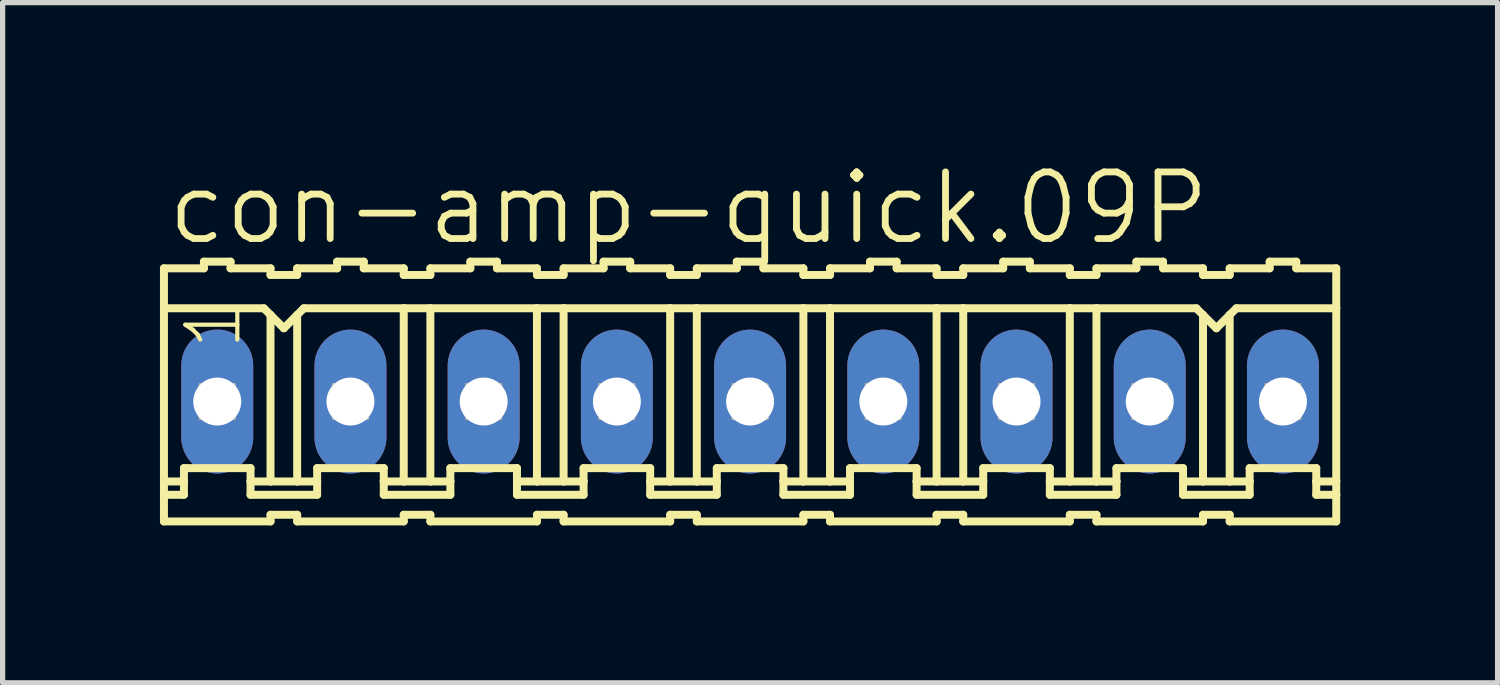
<source format=kicad_pcb>
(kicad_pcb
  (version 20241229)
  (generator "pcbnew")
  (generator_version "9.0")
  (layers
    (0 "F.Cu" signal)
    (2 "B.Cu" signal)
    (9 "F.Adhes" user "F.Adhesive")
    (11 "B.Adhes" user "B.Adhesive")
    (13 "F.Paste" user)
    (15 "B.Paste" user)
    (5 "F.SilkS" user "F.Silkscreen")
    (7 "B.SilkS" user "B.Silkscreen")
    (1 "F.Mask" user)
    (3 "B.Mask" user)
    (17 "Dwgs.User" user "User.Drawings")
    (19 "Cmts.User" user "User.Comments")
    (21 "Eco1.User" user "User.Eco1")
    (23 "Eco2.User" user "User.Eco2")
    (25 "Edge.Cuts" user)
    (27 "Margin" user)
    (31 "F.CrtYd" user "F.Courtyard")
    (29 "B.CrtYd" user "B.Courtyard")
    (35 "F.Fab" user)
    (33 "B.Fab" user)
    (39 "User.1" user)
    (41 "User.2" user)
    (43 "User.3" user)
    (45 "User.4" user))
  (footprint "con-amp-quick.09P"
    (layer "F.Cu")
    (at 11.252 4.606)
    (property "Reference" "con-amp-quick.09P" (at -11.176 -2.946 0) (layer "F.SilkS") (effects (font (size 1.27 1.27) (thickness 0.13)) (justify left bottom)))
    (attr through_hole)
    (fp_line (start -11.176 -2.54) (end -11.176 -1.778) (stroke (width 0.152) (type default)) (layer "F.SilkS"))
    (fp_line (start -11.176 -2.54) (end -10.414 -2.54) (stroke (width 0.152) (type default)) (layer "F.SilkS"))
    (fp_line (start -11.176 -1.778) (end -11.176 1.524) (stroke (width 0.152) (type default)) (layer "F.SilkS"))
    (fp_line (start -11.176 1.524) (end -11.176 1.778) (stroke (width 0.152) (type default)) (layer "F.SilkS"))
    (fp_line (start -11.176 1.778) (end -11.176 2.286) (stroke (width 0.152) (type default)) (layer "F.SilkS"))
    (fp_line (start -11.176 1.778) (end -10.795 1.778) (stroke (width 0.152) (type default)) (layer "F.SilkS"))
    (fp_line (start -10.795 1.27) (end -9.525 1.27) (stroke (width 0.152) (type default)) (layer "F.SilkS"))
    (fp_line (start -10.795 1.524) (end -11.176 1.524) (stroke (width 0.152) (type default)) (layer "F.SilkS"))
    (fp_line (start -10.795 1.524) (end -10.795 1.27) (stroke (width 0.152) (type default)) (layer "F.SilkS"))
    (fp_line (start -10.795 1.778) (end -10.795 1.524) (stroke (width 0.152) (type default)) (layer "F.SilkS"))
    (fp_line (start -10.414 -2.54) (end -10.414 -2.667) (stroke (width 0.152) (type default)) (layer "F.SilkS"))
    (fp_line (start -9.906 -2.667) (end -10.414 -2.667) (stroke (width 0.152) (type default)) (layer "F.SilkS"))
    (fp_line (start -9.906 -2.54) (end -9.906 -2.667) (stroke (width 0.152) (type default)) (layer "F.SilkS"))
    (fp_line (start -9.525 1.524) (end -9.525 1.27) (stroke (width 0.152) (type default)) (layer "F.SilkS"))
    (fp_line (start -9.525 1.524) (end -9.144 1.524) (stroke (width 0.152) (type default)) (layer "F.SilkS"))
    (fp_line (start -9.525 1.778) (end -9.525 1.524) (stroke (width 0.152) (type default)) (layer "F.SilkS"))
    (fp_line (start -9.271 -1.778) (end -11.176 -1.778) (stroke (width 0.152) (type default)) (layer "F.SilkS"))
    (fp_line (start -9.271 -1.778) (end -9.144 -1.651) (stroke (width 0.152) (type default)) (layer "F.SilkS"))
    (fp_line (start -9.144 -2.54) (end -9.906 -2.54) (stroke (width 0.152) (type default)) (layer "F.SilkS"))
    (fp_line (start -9.144 -2.413) (end -9.144 -2.54) (stroke (width 0.152) (type default)) (layer "F.SilkS"))
    (fp_line (start -9.144 -2.413) (end -8.636 -2.413) (stroke (width 0.152) (type default)) (layer "F.SilkS"))
    (fp_line (start -9.144 -1.651) (end -9.144 1.524) (stroke (width 0.152) (type default)) (layer "F.SilkS"))
    (fp_line (start -9.144 -1.651) (end -8.89 -1.397) (stroke (width 0.152) (type default)) (layer "F.SilkS"))
    (fp_line (start -9.144 1.524) (end -8.636 1.524) (stroke (width 0.152) (type default)) (layer "F.SilkS"))
    (fp_line (start -9.144 2.159) (end -9.144 2.286) (stroke (width 0.152) (type default)) (layer "F.SilkS"))
    (fp_line (start -9.144 2.286) (end -11.176 2.286) (stroke (width 0.152) (type default)) (layer "F.SilkS"))
    (fp_line (start -8.89 -1.397) (end -8.636 -1.651) (stroke (width 0.152) (type default)) (layer "F.SilkS"))
    (fp_line (start -8.636 -2.54) (end -7.874 -2.54) (stroke (width 0.152) (type default)) (layer "F.SilkS"))
    (fp_line (start -8.636 -2.413) (end -8.636 -2.54) (stroke (width 0.152) (type default)) (layer "F.SilkS"))
    (fp_line (start -8.636 -1.651) (end -8.636 1.524) (stroke (width 0.152) (type default)) (layer "F.SilkS"))
    (fp_line (start -8.636 -1.651) (end -8.509 -1.778) (stroke (width 0.152) (type default)) (layer "F.SilkS"))
    (fp_line (start -8.636 1.524) (end -8.255 1.524) (stroke (width 0.152) (type default)) (layer "F.SilkS"))
    (fp_line (start -8.636 2.159) (end -9.144 2.159) (stroke (width 0.152) (type default)) (layer "F.SilkS"))
    (fp_line (start -8.636 2.159) (end -8.636 2.286) (stroke (width 0.152) (type default)) (layer "F.SilkS"))
    (fp_line (start -8.636 2.286) (end -6.604 2.286) (stroke (width 0.152) (type default)) (layer "F.SilkS"))
    (fp_line (start -8.509 -1.778) (end -6.604 -1.778) (stroke (width 0.152) (type default)) (layer "F.SilkS"))
    (fp_line (start -8.255 1.27) (end -6.985 1.27) (stroke (width 0.152) (type default)) (layer "F.SilkS"))
    (fp_line (start -8.255 1.524) (end -8.255 1.27) (stroke (width 0.152) (type default)) (layer "F.SilkS"))
    (fp_line (start -8.255 1.778) (end -9.525 1.778) (stroke (width 0.152) (type default)) (layer "F.SilkS"))
    (fp_line (start -8.255 1.778) (end -8.255 1.524) (stroke (width 0.152) (type default)) (layer "F.SilkS"))
    (fp_line (start -7.874 -2.54) (end -7.874 -2.667) (stroke (width 0.152) (type default)) (layer "F.SilkS"))
    (fp_line (start -7.366 -2.667) (end -7.874 -2.667) (stroke (width 0.152) (type default)) (layer "F.SilkS"))
    (fp_line (start -7.366 -2.54) (end -7.366 -2.667) (stroke (width 0.152) (type default)) (layer "F.SilkS"))
    (fp_line (start -7.366 -2.54) (end -6.604 -2.54) (stroke (width 0.152) (type default)) (layer "F.SilkS"))
    (fp_line (start -6.985 1.524) (end -6.985 1.27) (stroke (width 0.152) (type default)) (layer "F.SilkS"))
    (fp_line (start -6.985 1.524) (end -6.604 1.524) (stroke (width 0.152) (type default)) (layer "F.SilkS"))
    (fp_line (start -6.985 1.778) (end -6.985 1.524) (stroke (width 0.152) (type default)) (layer "F.SilkS"))
    (fp_line (start -6.985 1.778) (end -5.715 1.778) (stroke (width 0.152) (type default)) (layer "F.SilkS"))
    (fp_line (start -6.604 -2.413) (end -6.604 -2.54) (stroke (width 0.152) (type default)) (layer "F.SilkS"))
    (fp_line (start -6.604 -1.778) (end -6.604 1.524) (stroke (width 0.152) (type default)) (layer "F.SilkS"))
    (fp_line (start -6.604 -1.778) (end -6.096 -1.778) (stroke (width 0.152) (type default)) (layer "F.SilkS"))
    (fp_line (start -6.604 1.524) (end -6.096 1.524) (stroke (width 0.152) (type default)) (layer "F.SilkS"))
    (fp_line (start -6.604 2.159) (end -6.604 2.286) (stroke (width 0.152) (type default)) (layer "F.SilkS"))
    (fp_line (start -6.096 -2.54) (end -5.334 -2.54) (stroke (width 0.152) (type default)) (layer "F.SilkS"))
    (fp_line (start -6.096 -2.413) (end -6.604 -2.413) (stroke (width 0.152) (type default)) (layer "F.SilkS"))
    (fp_line (start -6.096 -2.413) (end -6.096 -2.54) (stroke (width 0.152) (type default)) (layer "F.SilkS"))
    (fp_line (start -6.096 -1.778) (end -6.096 1.524) (stroke (width 0.152) (type default)) (layer "F.SilkS"))
    (fp_line (start -6.096 -1.778) (end -4.064 -1.778) (stroke (width 0.152) (type default)) (layer "F.SilkS"))
    (fp_line (start -6.096 1.524) (end -5.715 1.524) (stroke (width 0.152) (type default)) (layer "F.SilkS"))
    (fp_line (start -6.096 2.159) (end -6.604 2.159) (stroke (width 0.152) (type default)) (layer "F.SilkS"))
    (fp_line (start -6.096 2.159) (end -6.096 2.286) (stroke (width 0.152) (type default)) (layer "F.SilkS"))
    (fp_line (start -5.715 1.27) (end -4.445 1.27) (stroke (width 0.152) (type default)) (layer "F.SilkS"))
    (fp_line (start -5.715 1.524) (end -5.715 1.27) (stroke (width 0.152) (type default)) (layer "F.SilkS"))
    (fp_line (start -5.715 1.778) (end -5.715 1.524) (stroke (width 0.152) (type default)) (layer "F.SilkS"))
    (fp_line (start -5.334 -2.54) (end -5.334 -2.667) (stroke (width 0.152) (type default)) (layer "F.SilkS"))
    (fp_line (start -4.826 -2.667) (end -5.334 -2.667) (stroke (width 0.152) (type default)) (layer "F.SilkS"))
    (fp_line (start -4.826 -2.54) (end -4.826 -2.667) (stroke (width 0.152) (type default)) (layer "F.SilkS"))
    (fp_line (start -4.826 -2.54) (end -4.064 -2.54) (stroke (width 0.152) (type default)) (layer "F.SilkS"))
    (fp_line (start -4.445 1.524) (end -4.445 1.27) (stroke (width 0.152) (type default)) (layer "F.SilkS"))
    (fp_line (start -4.445 1.524) (end -4.064 1.524) (stroke (width 0.152) (type default)) (layer "F.SilkS"))
    (fp_line (start -4.445 1.778) (end -4.445 1.524) (stroke (width 0.152) (type default)) (layer "F.SilkS"))
    (fp_line (start -4.064 -2.54) (end -4.064 -2.413) (stroke (width 0.152) (type default)) (layer "F.SilkS"))
    (fp_line (start -4.064 -1.778) (end -4.064 1.524) (stroke (width 0.152) (type default)) (layer "F.SilkS"))
    (fp_line (start -4.064 2.159) (end -4.064 2.286) (stroke (width 0.152) (type default)) (layer "F.SilkS"))
    (fp_line (start -4.064 2.286) (end -6.096 2.286) (stroke (width 0.152) (type default)) (layer "F.SilkS"))
    (fp_line (start -3.556 -2.54) (end -3.556 -2.413) (stroke (width 0.152) (type default)) (layer "F.SilkS"))
    (fp_line (start -3.556 -2.54) (end -2.794 -2.54) (stroke (width 0.152) (type default)) (layer "F.SilkS"))
    (fp_line (start -3.556 -2.413) (end -4.064 -2.413) (stroke (width 0.152) (type default)) (layer "F.SilkS"))
    (fp_line (start -3.556 -1.778) (end -4.064 -1.778) (stroke (width 0.152) (type default)) (layer "F.SilkS"))
    (fp_line (start -3.556 -1.778) (end -3.556 1.524) (stroke (width 0.152) (type default)) (layer "F.SilkS"))
    (fp_line (start -3.556 -1.778) (end -1.524 -1.778) (stroke (width 0.152) (type default)) (layer "F.SilkS"))
    (fp_line (start -3.556 1.524) (end -4.064 1.524) (stroke (width 0.152) (type default)) (layer "F.SilkS"))
    (fp_line (start -3.556 2.159) (end -4.064 2.159) (stroke (width 0.152) (type default)) (layer "F.SilkS"))
    (fp_line (start -3.556 2.159) (end -3.556 2.286) (stroke (width 0.152) (type default)) (layer "F.SilkS"))
    (fp_line (start -3.175 1.27) (end -1.905 1.27) (stroke (width 0.152) (type default)) (layer "F.SilkS"))
    (fp_line (start -3.175 1.524) (end -3.556 1.524) (stroke (width 0.152) (type default)) (layer "F.SilkS"))
    (fp_line (start -3.175 1.524) (end -3.175 1.27) (stroke (width 0.152) (type default)) (layer "F.SilkS"))
    (fp_line (start -3.175 1.778) (end -4.445 1.778) (stroke (width 0.152) (type default)) (layer "F.SilkS"))
    (fp_line (start -3.175 1.778) (end -3.175 1.524) (stroke (width 0.152) (type default)) (layer "F.SilkS"))
    (fp_line (start -2.794 -2.54) (end -2.794 -2.667) (stroke (width 0.152) (type default)) (layer "F.SilkS"))
    (fp_line (start -2.286 -2.667) (end -2.794 -2.667) (stroke (width 0.152) (type default)) (layer "F.SilkS"))
    (fp_line (start -2.286 -2.54) (end -2.286 -2.667) (stroke (width 0.152) (type default)) (layer "F.SilkS"))
    (fp_line (start -1.905 1.524) (end -1.905 1.27) (stroke (width 0.152) (type default)) (layer "F.SilkS"))
    (fp_line (start -1.905 1.524) (end -1.524 1.524) (stroke (width 0.152) (type default)) (layer "F.SilkS"))
    (fp_line (start -1.905 1.778) (end -1.905 1.524) (stroke (width 0.152) (type default)) (layer "F.SilkS"))
    (fp_line (start -1.524 -2.54) (end -2.286 -2.54) (stroke (width 0.152) (type default)) (layer "F.SilkS"))
    (fp_line (start -1.524 -2.413) (end -1.524 -2.54) (stroke (width 0.152) (type default)) (layer "F.SilkS"))
    (fp_line (start -1.524 -2.413) (end -1.016 -2.413) (stroke (width 0.152) (type default)) (layer "F.SilkS"))
    (fp_line (start -1.524 -1.778) (end -1.524 1.524) (stroke (width 0.152) (type default)) (layer "F.SilkS"))
    (fp_line (start -1.524 -1.778) (end -1.016 -1.778) (stroke (width 0.152) (type default)) (layer "F.SilkS"))
    (fp_line (start -1.524 1.524) (end -1.016 1.524) (stroke (width 0.152) (type default)) (layer "F.SilkS"))
    (fp_line (start -1.524 2.159) (end -1.524 2.286) (stroke (width 0.152) (type default)) (layer "F.SilkS"))
    (fp_line (start -1.524 2.286) (end -3.556 2.286) (stroke (width 0.152) (type default)) (layer "F.SilkS"))
    (fp_line (start -1.016 -2.54) (end -0.254 -2.54) (stroke (width 0.152) (type default)) (layer "F.SilkS"))
    (fp_line (start -1.016 -2.413) (end -1.016 -2.54) (stroke (width 0.152) (type default)) (layer "F.SilkS"))
    (fp_line (start -1.016 -1.778) (end -1.016 1.524) (stroke (width 0.152) (type default)) (layer "F.SilkS"))
    (fp_line (start -1.016 -1.778) (end 1.016 -1.778) (stroke (width 0.152) (type default)) (layer "F.SilkS"))
    (fp_line (start -1.016 1.524) (end -0.635 1.524) (stroke (width 0.152) (type default)) (layer "F.SilkS"))
    (fp_line (start -1.016 2.159) (end -1.524 2.159) (stroke (width 0.152) (type default)) (layer "F.SilkS"))
    (fp_line (start -1.016 2.159) (end -1.016 2.286) (stroke (width 0.152) (type default)) (layer "F.SilkS"))
    (fp_line (start -0.635 1.27) (end 0.635 1.27) (stroke (width 0.152) (type default)) (layer "F.SilkS"))
    (fp_line (start -0.635 1.524) (end -0.635 1.27) (stroke (width 0.152) (type default)) (layer "F.SilkS"))
    (fp_line (start -0.635 1.778) (end -1.905 1.778) (stroke (width 0.152) (type default)) (layer "F.SilkS"))
    (fp_line (start -0.635 1.778) (end -0.635 1.524) (stroke (width 0.152) (type default)) (layer "F.SilkS"))
    (fp_line (start -0.254 -2.54) (end -0.254 -2.667) (stroke (width 0.152) (type default)) (layer "F.SilkS"))
    (fp_line (start 0.254 -2.667) (end -0.254 -2.667) (stroke (width 0.152) (type default)) (layer "F.SilkS"))
    (fp_line (start 0.254 -2.54) (end 0.254 -2.667) (stroke (width 0.152) (type default)) (layer "F.SilkS"))
    (fp_line (start 0.635 1.524) (end 0.635 1.27) (stroke (width 0.152) (type default)) (layer "F.SilkS"))
    (fp_line (start 0.635 1.524) (end 1.016 1.524) (stroke (width 0.152) (type default)) (layer "F.SilkS"))
    (fp_line (start 0.635 1.778) (end 0.635 1.524) (stroke (width 0.152) (type default)) (layer "F.SilkS"))
    (fp_line (start 1.016 -2.54) (end 0.254 -2.54) (stroke (width 0.152) (type default)) (layer "F.SilkS"))
    (fp_line (start 1.016 -2.413) (end 1.016 -2.54) (stroke (width 0.152) (type default)) (layer "F.SilkS"))
    (fp_line (start 1.016 -2.413) (end 1.524 -2.413) (stroke (width 0.152) (type default)) (layer "F.SilkS"))
    (fp_line (start 1.016 -1.778) (end 1.016 1.524) (stroke (width 0.152) (type default)) (layer "F.SilkS"))
    (fp_line (start 1.016 -1.778) (end 1.524 -1.778) (stroke (width 0.152) (type default)) (layer "F.SilkS"))
    (fp_line (start 1.016 1.524) (end 1.524 1.524) (stroke (width 0.152) (type default)) (layer "F.SilkS"))
    (fp_line (start 1.016 2.159) (end 1.016 2.286) (stroke (width 0.152) (type default)) (layer "F.SilkS"))
    (fp_line (start 1.016 2.286) (end -1.016 2.286) (stroke (width 0.152) (type default)) (layer "F.SilkS"))
    (fp_line (start 1.524 -2.54) (end 2.286 -2.54) (stroke (width 0.152) (type default)) (layer "F.SilkS"))
    (fp_line (start 1.524 -2.413) (end 1.524 -2.54) (stroke (width 0.152) (type default)) (layer "F.SilkS"))
    (fp_line (start 1.524 -1.778) (end 1.524 1.524) (stroke (width 0.152) (type default)) (layer "F.SilkS"))
    (fp_line (start 1.524 -1.778) (end 3.556 -1.778) (stroke (width 0.152) (type default)) (layer "F.SilkS"))
    (fp_line (start 1.524 1.524) (end 1.905 1.524) (stroke (width 0.152) (type default)) (layer "F.SilkS"))
    (fp_line (start 1.524 2.159) (end 1.016 2.159) (stroke (width 0.152) (type default)) (layer "F.SilkS"))
    (fp_line (start 1.524 2.159) (end 1.524 2.286) (stroke (width 0.152) (type default)) (layer "F.SilkS"))
    (fp_line (start 1.905 1.27) (end 3.175 1.27) (stroke (width 0.152) (type default)) (layer "F.SilkS"))
    (fp_line (start 1.905 1.524) (end 1.905 1.27) (stroke (width 0.152) (type default)) (layer "F.SilkS"))
    (fp_line (start 1.905 1.778) (end 0.635 1.778) (stroke (width 0.152) (type default)) (layer "F.SilkS"))
    (fp_line (start 1.905 1.778) (end 1.905 1.524) (stroke (width 0.152) (type default)) (layer "F.SilkS"))
    (fp_line (start 2.286 -2.54) (end 2.286 -2.667) (stroke (width 0.152) (type default)) (layer "F.SilkS"))
    (fp_line (start 2.794 -2.667) (end 2.286 -2.667) (stroke (width 0.152) (type default)) (layer "F.SilkS"))
    (fp_line (start 2.794 -2.54) (end 2.794 -2.667) (stroke (width 0.152) (type default)) (layer "F.SilkS"))
    (fp_line (start 3.175 1.524) (end 3.175 1.27) (stroke (width 0.152) (type default)) (layer "F.SilkS"))
    (fp_line (start 3.175 1.524) (end 3.556 1.524) (stroke (width 0.152) (type default)) (layer "F.SilkS"))
    (fp_line (start 3.175 1.778) (end 3.175 1.524) (stroke (width 0.152) (type default)) (layer "F.SilkS"))
    (fp_line (start 3.556 -2.54) (end 2.794 -2.54) (stroke (width 0.152) (type default)) (layer "F.SilkS"))
    (fp_line (start 3.556 -2.413) (end 3.556 -2.54) (stroke (width 0.152) (type default)) (layer "F.SilkS"))
    (fp_line (start 3.556 -2.413) (end 4.064 -2.413) (stroke (width 0.152) (type default)) (layer "F.SilkS"))
    (fp_line (start 3.556 -1.778) (end 3.556 1.524) (stroke (width 0.152) (type default)) (layer "F.SilkS"))
    (fp_line (start 3.556 -1.778) (end 4.064 -1.778) (stroke (width 0.152) (type default)) (layer "F.SilkS"))
    (fp_line (start 3.556 1.524) (end 4.064 1.524) (stroke (width 0.152) (type default)) (layer "F.SilkS"))
    (fp_line (start 3.556 2.159) (end 3.556 2.286) (stroke (width 0.152) (type default)) (layer "F.SilkS"))
    (fp_line (start 3.556 2.286) (end 1.524 2.286) (stroke (width 0.152) (type default)) (layer "F.SilkS"))
    (fp_line (start 4.064 -2.54) (end 4.826 -2.54) (stroke (width 0.152) (type default)) (layer "F.SilkS"))
    (fp_line (start 4.064 -2.413) (end 4.064 -2.54) (stroke (width 0.152) (type default)) (layer "F.SilkS"))
    (fp_line (start 4.064 -1.778) (end 4.064 1.524) (stroke (width 0.152) (type default)) (layer "F.SilkS"))
    (fp_line (start 4.064 -1.778) (end 6.096 -1.778) (stroke (width 0.152) (type default)) (layer "F.SilkS"))
    (fp_line (start 4.064 1.524) (end 4.445 1.524) (stroke (width 0.152) (type default)) (layer "F.SilkS"))
    (fp_line (start 4.064 2.159) (end 3.556 2.159) (stroke (width 0.152) (type default)) (layer "F.SilkS"))
    (fp_line (start 4.064 2.159) (end 4.064 2.286) (stroke (width 0.152) (type default)) (layer "F.SilkS"))
    (fp_line (start 4.445 1.27) (end 5.715 1.27) (stroke (width 0.152) (type default)) (layer "F.SilkS"))
    (fp_line (start 4.445 1.524) (end 4.445 1.27) (stroke (width 0.152) (type default)) (layer "F.SilkS"))
    (fp_line (start 4.445 1.778) (end 3.175 1.778) (stroke (width 0.152) (type default)) (layer "F.SilkS"))
    (fp_line (start 4.445 1.778) (end 4.445 1.524) (stroke (width 0.152) (type default)) (layer "F.SilkS"))
    (fp_line (start 4.826 -2.54) (end 4.826 -2.667) (stroke (width 0.152) (type default)) (layer "F.SilkS"))
    (fp_line (start 5.334 -2.667) (end 4.826 -2.667) (stroke (width 0.152) (type default)) (layer "F.SilkS"))
    (fp_line (start 5.334 -2.54) (end 5.334 -2.667) (stroke (width 0.152) (type default)) (layer "F.SilkS"))
    (fp_line (start 5.715 1.524) (end 5.715 1.27) (stroke (width 0.152) (type default)) (layer "F.SilkS"))
    (fp_line (start 5.715 1.524) (end 6.096 1.524) (stroke (width 0.152) (type default)) (layer "F.SilkS"))
    (fp_line (start 5.715 1.778) (end 5.715 1.524) (stroke (width 0.152) (type default)) (layer "F.SilkS"))
    (fp_line (start 6.096 -2.54) (end 5.334 -2.54) (stroke (width 0.152) (type default)) (layer "F.SilkS"))
    (fp_line (start 6.096 -2.413) (end 6.096 -2.54) (stroke (width 0.152) (type default)) (layer "F.SilkS"))
    (fp_line (start 6.096 -2.413) (end 6.604 -2.413) (stroke (width 0.152) (type default)) (layer "F.SilkS"))
    (fp_line (start 6.096 -1.778) (end 6.096 1.524) (stroke (width 0.152) (type default)) (layer "F.SilkS"))
    (fp_line (start 6.096 -1.778) (end 6.604 -1.778) (stroke (width 0.152) (type default)) (layer "F.SilkS"))
    (fp_line (start 6.096 1.524) (end 6.604 1.524) (stroke (width 0.152) (type default)) (layer "F.SilkS"))
    (fp_line (start 6.096 2.159) (end 6.096 2.286) (stroke (width 0.152) (type default)) (layer "F.SilkS"))
    (fp_line (start 6.096 2.286) (end 4.064 2.286) (stroke (width 0.152) (type default)) (layer "F.SilkS"))
    (fp_line (start 6.604 -2.54) (end 7.366 -2.54) (stroke (width 0.152) (type default)) (layer "F.SilkS"))
    (fp_line (start 6.604 -2.413) (end 6.604 -2.54) (stroke (width 0.152) (type default)) (layer "F.SilkS"))
    (fp_line (start 6.604 -1.778) (end 6.604 1.524) (stroke (width 0.152) (type default)) (layer "F.SilkS"))
    (fp_line (start 6.604 -1.778) (end 8.509 -1.778) (stroke (width 0.152) (type default)) (layer "F.SilkS"))
    (fp_line (start 6.604 1.524) (end 6.985 1.524) (stroke (width 0.152) (type default)) (layer "F.SilkS"))
    (fp_line (start 6.604 2.159) (end 6.096 2.159) (stroke (width 0.152) (type default)) (layer "F.SilkS"))
    (fp_line (start 6.604 2.159) (end 6.604 2.286) (stroke (width 0.152) (type default)) (layer "F.SilkS"))
    (fp_line (start 6.985 1.27) (end 8.255 1.27) (stroke (width 0.152) (type default)) (layer "F.SilkS"))
    (fp_line (start 6.985 1.524) (end 6.985 1.27) (stroke (width 0.152) (type default)) (layer "F.SilkS"))
    (fp_line (start 6.985 1.778) (end 5.715 1.778) (stroke (width 0.152) (type default)) (layer "F.SilkS"))
    (fp_line (start 6.985 1.778) (end 6.985 1.524) (stroke (width 0.152) (type default)) (layer "F.SilkS"))
    (fp_line (start 7.366 -2.54) (end 7.366 -2.667) (stroke (width 0.152) (type default)) (layer "F.SilkS"))
    (fp_line (start 7.874 -2.667) (end 7.366 -2.667) (stroke (width 0.152) (type default)) (layer "F.SilkS"))
    (fp_line (start 7.874 -2.54) (end 7.874 -2.667) (stroke (width 0.152) (type default)) (layer "F.SilkS"))
    (fp_line (start 7.874 -2.54) (end 8.636 -2.54) (stroke (width 0.152) (type default)) (layer "F.SilkS"))
    (fp_line (start 8.255 1.524) (end 8.255 1.27) (stroke (width 0.152) (type default)) (layer "F.SilkS"))
    (fp_line (start 8.255 1.524) (end 8.636 1.524) (stroke (width 0.152) (type default)) (layer "F.SilkS"))
    (fp_line (start 8.255 1.778) (end 8.255 1.524) (stroke (width 0.152) (type default)) (layer "F.SilkS"))
    (fp_line (start 8.255 1.778) (end 9.525 1.778) (stroke (width 0.152) (type default)) (layer "F.SilkS"))
    (fp_line (start 8.509 -1.778) (end 8.636 -1.651) (stroke (width 0.152) (type default)) (layer "F.SilkS"))
    (fp_line (start 8.636 -2.413) (end 8.636 -2.54) (stroke (width 0.152) (type default)) (layer "F.SilkS"))
    (fp_line (start 8.636 -1.651) (end 8.636 1.524) (stroke (width 0.152) (type default)) (layer "F.SilkS"))
    (fp_line (start 8.636 -1.651) (end 8.89 -1.397) (stroke (width 0.152) (type default)) (layer "F.SilkS"))
    (fp_line (start 8.636 1.524) (end 9.144 1.524) (stroke (width 0.152) (type default)) (layer "F.SilkS"))
    (fp_line (start 8.636 2.159) (end 8.636 2.286) (stroke (width 0.152) (type default)) (layer "F.SilkS"))
    (fp_line (start 8.636 2.286) (end 6.604 2.286) (stroke (width 0.152) (type default)) (layer "F.SilkS"))
    (fp_line (start 8.89 -1.397) (end 9.144 -1.651) (stroke (width 0.152) (type default)) (layer "F.SilkS"))
    (fp_line (start 9.144 -2.54) (end 9.906 -2.54) (stroke (width 0.152) (type default)) (layer "F.SilkS"))
    (fp_line (start 9.144 -2.413) (end 8.636 -2.413) (stroke (width 0.152) (type default)) (layer "F.SilkS"))
    (fp_line (start 9.144 -2.413) (end 9.144 -2.54) (stroke (width 0.152) (type default)) (layer "F.SilkS"))
    (fp_line (start 9.144 -1.651) (end 9.144 1.524) (stroke (width 0.152) (type default)) (layer "F.SilkS"))
    (fp_line (start 9.144 -1.651) (end 9.271 -1.778) (stroke (width 0.152) (type default)) (layer "F.SilkS"))
    (fp_line (start 9.144 1.524) (end 9.525 1.524) (stroke (width 0.152) (type default)) (layer "F.SilkS"))
    (fp_line (start 9.144 2.159) (end 8.636 2.159) (stroke (width 0.152) (type default)) (layer "F.SilkS"))
    (fp_line (start 9.144 2.159) (end 9.144 2.286) (stroke (width 0.152) (type default)) (layer "F.SilkS"))
    (fp_line (start 9.271 -1.778) (end 11.176 -1.778) (stroke (width 0.152) (type default)) (layer "F.SilkS"))
    (fp_line (start 9.525 1.27) (end 10.795 1.27) (stroke (width 0.152) (type default)) (layer "F.SilkS"))
    (fp_line (start 9.525 1.524) (end 9.525 1.27) (stroke (width 0.152) (type default)) (layer "F.SilkS"))
    (fp_line (start 9.525 1.778) (end 9.525 1.524) (stroke (width 0.152) (type default)) (layer "F.SilkS"))
    (fp_line (start 9.906 -2.54) (end 9.906 -2.667) (stroke (width 0.152) (type default)) (layer "F.SilkS"))
    (fp_line (start 10.414 -2.667) (end 9.906 -2.667) (stroke (width 0.152) (type default)) (layer "F.SilkS"))
    (fp_line (start 10.414 -2.54) (end 10.414 -2.667) (stroke (width 0.152) (type default)) (layer "F.SilkS"))
    (fp_line (start 10.414 -2.54) (end 11.176 -2.54) (stroke (width 0.152) (type default)) (layer "F.SilkS"))
    (fp_line (start 10.795 1.524) (end 10.795 1.27) (stroke (width 0.152) (type default)) (layer "F.SilkS"))
    (fp_line (start 10.795 1.524) (end 11.176 1.524) (stroke (width 0.152) (type default)) (layer "F.SilkS"))
    (fp_line (start 10.795 1.778) (end 10.795 1.524) (stroke (width 0.152) (type default)) (layer "F.SilkS"))
    (fp_line (start 11.176 -1.778) (end 11.176 -2.54) (stroke (width 0.152) (type default)) (layer "F.SilkS"))
    (fp_line (start 11.176 -1.778) (end 11.176 1.524) (stroke (width 0.152) (type default)) (layer "F.SilkS"))
    (fp_line (start 11.176 1.524) (end 11.176 1.778) (stroke (width 0.152) (type default)) (layer "F.SilkS"))
    (fp_line (start 11.176 1.778) (end 10.795 1.778) (stroke (width 0.152) (type default)) (layer "F.SilkS"))
    (fp_line (start 11.176 1.778) (end 11.176 2.286) (stroke (width 0.152) (type default)) (layer "F.SilkS"))
    (fp_line (start 11.176 2.286) (end 9.144 2.286) (stroke (width 0.152) (type default)) (layer "F.SilkS"))
    (fp_rect (start -10.49 0.33) (end -9.83 -0.33) (stroke (width 0.05) (type default)) (fill no) (layer "F.Fab"))
    (fp_rect (start -7.95 0.33) (end -7.29 -0.33) (stroke (width 0.05) (type default)) (fill no) (layer "F.Fab"))
    (fp_rect (start -5.41 0.33) (end -4.75 -0.33) (stroke (width 0.05) (type default)) (fill no) (layer "F.Fab"))
    (fp_rect (start -2.87 0.33) (end -2.21 -0.33) (stroke (width 0.05) (type default)) (fill no) (layer "F.Fab"))
    (fp_rect (start -0.33 0.33) (end 0.33 -0.33) (stroke (width 0.05) (type default)) (fill no) (layer "F.Fab"))
    (fp_rect (start 2.21 0.33) (end 2.87 -0.33) (stroke (width 0.05) (type default)) (fill no) (layer "F.Fab"))
    (fp_rect (start 4.75 0.33) (end 5.41 -0.33) (stroke (width 0.05) (type default)) (fill no) (layer "F.Fab"))
    (fp_rect (start 7.29 0.33) (end 7.95 -0.33) (stroke (width 0.05) (type default)) (fill no) (layer "F.Fab"))
    (fp_rect (start 9.83 0.33) (end 10.49 -0.33) (stroke (width 0.05) (type default)) (fill no) (layer "F.Fab"))
    (fp_text user "1" (at -9.652 -0.94 90) (layer "F.SilkS") (effects (font (size 0.991 0.991) (thickness 0.08)) (justify left bottom)))
    (pad "1" thru_hole oval (at -10.16 0 90) (size 2.743 1.372) (drill 0.914) (layers "*.Cu" "*.Mask"))
    (pad "2" thru_hole oval (at -7.62 0 90) (size 2.743 1.372) (drill 0.914) (layers "*.Cu" "*.Mask"))
    (pad "3" thru_hole oval (at -5.08 0 90) (size 2.743 1.372) (drill 0.914) (layers "*.Cu" "*.Mask"))
    (pad "4" thru_hole oval (at -2.54 0 90) (size 2.743 1.372) (drill 0.914) (layers "*.Cu" "*.Mask"))
    (pad "5" thru_hole oval (at 0 0 90) (size 2.743 1.372) (drill 0.914) (layers "*.Cu" "*.Mask"))
    (pad "6" thru_hole oval (at 2.54 0 90) (size 2.743 1.372) (drill 0.914) (layers "*.Cu" "*.Mask"))
    (pad "7" thru_hole oval (at 5.08 0 90) (size 2.743 1.372) (drill 0.914) (layers "*.Cu" "*.Mask"))
    (pad "8" thru_hole oval (at 7.62 0 90) (size 2.743 1.372) (drill 0.914) (layers "*.Cu" "*.Mask"))
    (pad "9" thru_hole oval (at 10.16 0 90) (size 2.743 1.372) (drill 0.914) (layers "*.Cu" "*.Mask")))
  (gr_rect
    (start -3 -3)
    (end 25.504 9.969)
    (stroke (width 0.1) (type default))
    (fill no)
    (layer "Edge.Cuts")))
</source>
